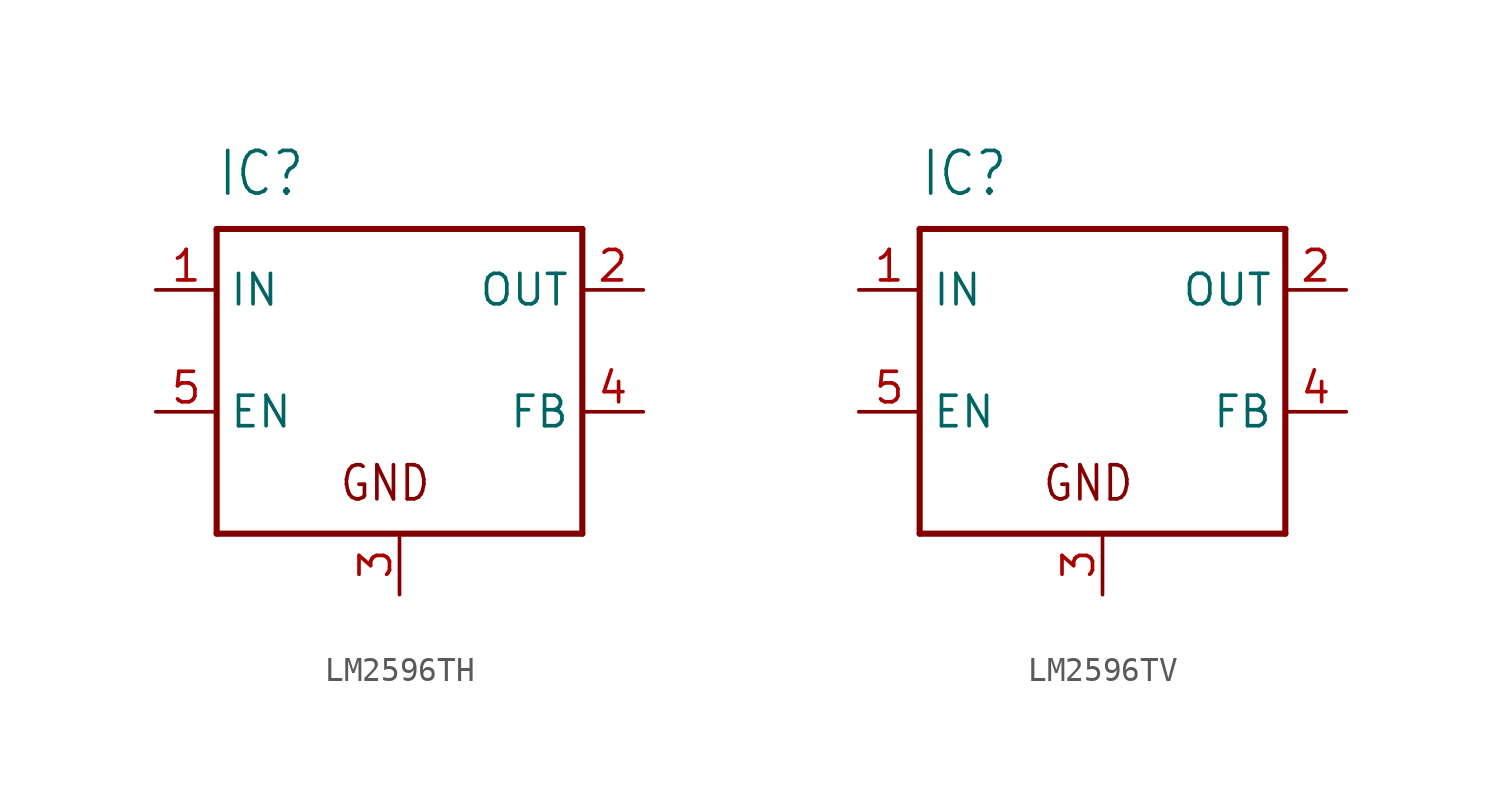
<source format=kicad_sym>
(kicad_symbol_lib
  (version 20220914)
  (generator kicad_symbol_editor)
  (symbol "LM2596TH"
    (property "Reference" "IC"
      (at -7.62 6.35 0)
      (effects (font (size 1.778 1.511)) (justify left bottom)))
    (property "Value" ""
      (at 2.54 6.35 0)
      (effects (font (size 1.778 1.511)) (justify left bottom)))
    (property "ki_locked" ""
      (at 0 0 0)
      (effects (font (size 1.27 1.27))))
    (symbol "LM2596TH_1_0"
      (polyline (pts (xy -7.62 -7.62) (xy -7.62 5.08)) (stroke (width 0.254) (type solid)) (fill (type none)))
      (polyline (pts (xy -7.62 5.08) (xy 7.62 5.08)) (stroke (width 0.254) (type solid)) (fill (type none)))
      (polyline (pts (xy 7.62 -7.62) (xy -7.62 -7.62)) (stroke (width 0.254) (type solid)) (fill (type none)))
      (polyline (pts (xy 7.62 5.08) (xy 7.62 -7.62)) (stroke (width 0.254) (type solid)) (fill (type none)))
      (text "GND" (at -2.54 -6.35 0) (effects (font (size 1.422 1.209)) (justify left bottom)))
      (pin input line (at -10.16 2.54 0) (length 2.54) (name "IN" (effects (font (size 1.27 1.27)))) (number "1" (effects (font (size 1.27 1.27)))))
      (pin output line (at 10.16 2.54 180) (length 2.54) (name "OUT" (effects (font (size 1.27 1.27)))) (number "2" (effects (font (size 1.27 1.27)))))
      (pin power_in line (at 0 -10.16 90) (length 2.54) (name "GND" (effects (font (size 0 0)))) (number "3" (effects (font (size 1.27 1.27)))))
      (pin input line (at 10.16 -2.54 180) (length 2.54) (name "FB" (effects (font (size 1.27 1.27)))) (number "4" (effects (font (size 1.27 1.27)))))
      (pin input line (at -10.16 -2.54 0) (length 2.54) (name "EN" (effects (font (size 1.27 1.27)))) (number "5" (effects (font (size 1.27 1.27)))))))
  (symbol "LM2596TV"
    (property "Reference" "IC"
      (at -7.62 6.35 0)
      (effects (font (size 1.778 1.511)) (justify left bottom)))
    (property "Value" ""
      (at 2.54 6.35 0)
      (effects (font (size 1.778 1.511)) (justify left bottom)))
    (property "ki_locked" ""
      (at 0 0 0)
      (effects (font (size 1.27 1.27))))
    (symbol "LM2596TV_1_0"
      (polyline (pts (xy -7.62 -7.62) (xy -7.62 5.08)) (stroke (width 0.254) (type solid)) (fill (type none)))
      (polyline (pts (xy -7.62 5.08) (xy 7.62 5.08)) (stroke (width 0.254) (type solid)) (fill (type none)))
      (polyline (pts (xy 7.62 -7.62) (xy -7.62 -7.62)) (stroke (width 0.254) (type solid)) (fill (type none)))
      (polyline (pts (xy 7.62 5.08) (xy 7.62 -7.62)) (stroke (width 0.254) (type solid)) (fill (type none)))
      (text "GND" (at -2.54 -6.35 0) (effects (font (size 1.422 1.209)) (justify left bottom)))
      (pin input line (at -10.16 2.54 0) (length 2.54) (name "IN" (effects (font (size 1.27 1.27)))) (number "1" (effects (font (size 1.27 1.27)))))
      (pin output line (at 10.16 2.54 180) (length 2.54) (name "OUT" (effects (font (size 1.27 1.27)))) (number "2" (effects (font (size 1.27 1.27)))))
      (pin power_in line (at 0 -10.16 90) (length 2.54) (name "GND" (effects (font (size 0 0)))) (number "3" (effects (font (size 1.27 1.27)))))
      (pin input line (at 10.16 -2.54 180) (length 2.54) (name "FB" (effects (font (size 1.27 1.27)))) (number "4" (effects (font (size 1.27 1.27)))))
      (pin input line (at -10.16 -2.54 0) (length 2.54) (name "EN" (effects (font (size 1.27 1.27)))) (number "5" (effects (font (size 1.27 1.27))))))))
</source>
